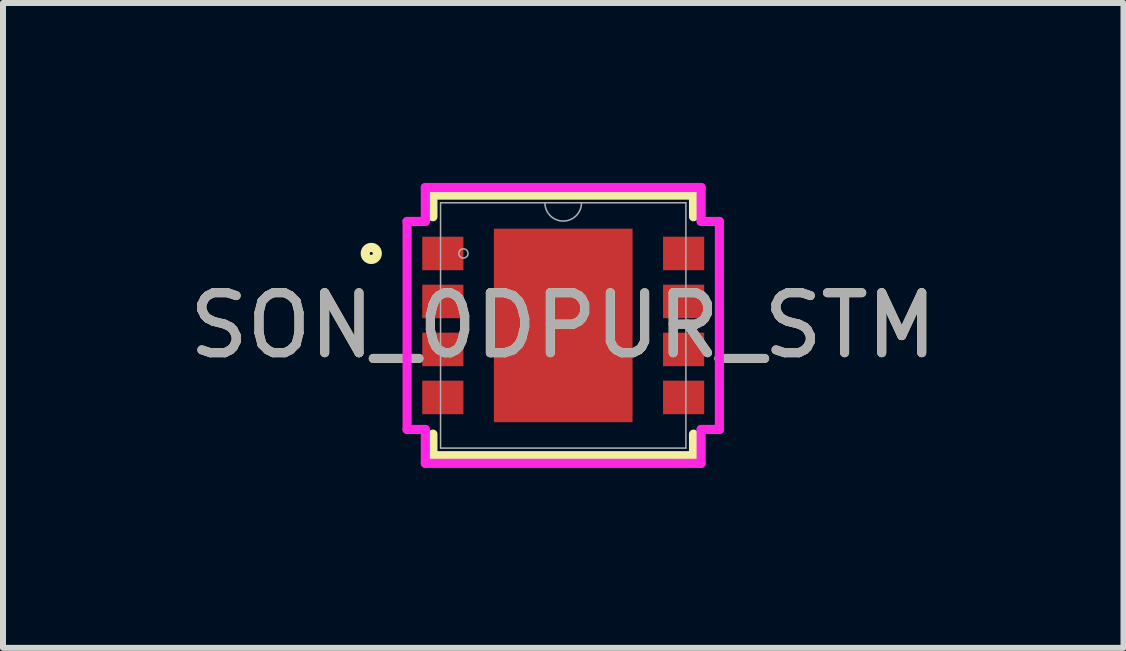
<source format=kicad_pcb>
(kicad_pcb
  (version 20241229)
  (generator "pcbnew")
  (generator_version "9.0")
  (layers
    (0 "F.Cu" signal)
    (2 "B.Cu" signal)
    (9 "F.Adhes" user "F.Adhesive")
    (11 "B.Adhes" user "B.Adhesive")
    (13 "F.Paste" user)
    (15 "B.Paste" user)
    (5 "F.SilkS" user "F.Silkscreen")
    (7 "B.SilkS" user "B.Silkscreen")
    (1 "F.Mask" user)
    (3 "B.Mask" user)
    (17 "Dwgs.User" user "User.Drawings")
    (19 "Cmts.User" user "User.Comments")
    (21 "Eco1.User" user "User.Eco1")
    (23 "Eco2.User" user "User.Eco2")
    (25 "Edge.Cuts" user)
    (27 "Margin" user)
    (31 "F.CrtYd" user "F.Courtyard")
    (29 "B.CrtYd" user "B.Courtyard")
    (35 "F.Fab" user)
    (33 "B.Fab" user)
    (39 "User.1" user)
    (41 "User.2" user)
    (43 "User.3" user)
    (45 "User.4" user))
  (footprint "SON_0DPUR_STM"
    (layer "F.Cu")
    (at 6.339 2.375)
    (property "Reference" "SON_0DPUR_STM" (at 0 0 0) (unlocked yes) (layer "F.SilkS") (effects (font (size 1 1) (thickness 0.15))))
    (attr smd)
    (fp_line (start -2.172 -2.172) (end -2.172 -1.812) (stroke (width 0.152) (type solid)) (layer "F.SilkS"))
    (fp_line (start -2.172 1.812) (end -2.172 2.172) (stroke (width 0.152) (type solid)) (layer "F.SilkS"))
    (fp_line (start -2.172 2.172) (end 2.172 2.172) (stroke (width 0.152) (type solid)) (layer "F.SilkS"))
    (fp_line (start 2.172 -2.172) (end -2.172 -2.172) (stroke (width 0.152) (type solid)) (layer "F.SilkS"))
    (fp_line (start 2.172 -1.812) (end 2.172 -2.172) (stroke (width 0.152) (type solid)) (layer "F.SilkS"))
    (fp_line (start 2.172 2.172) (end 2.172 1.812) (stroke (width 0.152) (type solid)) (layer "F.SilkS"))
    (fp_circle (center -3.2 -1.2) (end -3.099 -1.2) (stroke (width 0.152) (type solid)) (fill no) (layer "F.SilkS"))
    (fp_poly (pts (xy -1.056 -1.513) (xy -1.056 -0.1) (xy 1.056 -0.1) (xy 1.056 -1.513)) (stroke (width 0) (type solid)) (fill yes) (layer "F.Paste"))
    (fp_poly (pts (xy -1.056 0.1) (xy -1.056 1.513) (xy 1.056 1.513) (xy 1.056 0.1)) (stroke (width 0) (type solid)) (fill yes) (layer "F.Paste"))
    (fp_line (start -2.603 -1.734) (end -2.299 -1.734) (stroke (width 0.152) (type solid)) (layer "F.CrtYd"))
    (fp_line (start -2.603 1.734) (end -2.603 -1.734) (stroke (width 0.152) (type solid)) (layer "F.CrtYd"))
    (fp_line (start -2.603 1.734) (end -2.299 1.734) (stroke (width 0.152) (type solid)) (layer "F.CrtYd"))
    (fp_line (start -2.299 -2.299) (end 2.299 -2.299) (stroke (width 0.152) (type solid)) (layer "F.CrtYd"))
    (fp_line (start -2.299 -1.734) (end -2.299 -2.299) (stroke (width 0.152) (type solid)) (layer "F.CrtYd"))
    (fp_line (start -2.299 2.299) (end -2.299 1.734) (stroke (width 0.152) (type solid)) (layer "F.CrtYd"))
    (fp_line (start 2.299 -2.299) (end 2.299 -1.734) (stroke (width 0.152) (type solid)) (layer "F.CrtYd"))
    (fp_line (start 2.299 1.734) (end 2.299 2.299) (stroke (width 0.152) (type solid)) (layer "F.CrtYd"))
    (fp_line (start 2.299 2.299) (end -2.299 2.299) (stroke (width 0.152) (type solid)) (layer "F.CrtYd"))
    (fp_line (start 2.603 -1.734) (end 2.299 -1.734) (stroke (width 0.152) (type solid)) (layer "F.CrtYd"))
    (fp_line (start 2.603 -1.734) (end 2.603 1.734) (stroke (width 0.152) (type solid)) (layer "F.CrtYd"))
    (fp_line (start 2.603 1.734) (end 2.299 1.734) (stroke (width 0.152) (type solid)) (layer "F.CrtYd"))
    (fp_line (start -2.045 -2.045) (end -2.045 2.045) (stroke (width 0.025) (type solid)) (layer "F.Fab"))
    (fp_line (start -2.045 2.045) (end 2.045 2.045) (stroke (width 0.025) (type solid)) (layer "F.Fab"))
    (fp_line (start 2.045 -2.045) (end -2.045 -2.045) (stroke (width 0.025) (type solid)) (layer "F.Fab"))
    (fp_line (start 2.045 2.045) (end 2.045 -2.045) (stroke (width 0.025) (type solid)) (layer "F.Fab"))
    (fp_arc (start 0.3048 -2.0447) (mid 0 -1.7399) (end -0.3048 -2.0447) (stroke (width 0.0254) (type solid)) (layer "F.Fab"))
    (fp_circle (center -1.664 -1.2) (end -1.587 -1.2) (stroke (width 0.025) (type solid)) (fill no) (layer "F.Fab"))
    (fp_text user "${REFERENCE}" (at 0 0 0) (unlocked yes) (layer "F.Fab") (effects (font (size 1 1) (thickness 0.15))))
    (pad "1" smd rect (at -2.007 -1.2) (size 0.686 0.559) (layers "F.Cu" "F.Mask" "F.Paste"))
    (pad "2" smd rect (at -2.007 -0.4) (size 0.686 0.559) (layers "F.Cu" "F.Mask" "F.Paste"))
    (pad "3" smd rect (at -2.007 0.4) (size 0.686 0.559) (layers "F.Cu" "F.Mask" "F.Paste"))
    (pad "4" smd rect (at -2.007 1.2) (size 0.686 0.559) (layers "F.Cu" "F.Mask" "F.Paste"))
    (pad "5" smd rect (at 2.007 1.2) (size 0.686 0.559) (layers "F.Cu" "F.Mask" "F.Paste"))
    (pad "6" smd rect (at 2.007 0.4) (size 0.686 0.559) (layers "F.Cu" "F.Mask" "F.Paste"))
    (pad "7" smd rect (at 2.007 -0.4) (size 0.686 0.559) (layers "F.Cu" "F.Mask" "F.Paste"))
    (pad "8" smd rect (at 2.007 -1.2) (size 0.686 0.559) (layers "F.Cu" "F.Mask" "F.Paste"))
    (pad "9" smd rect (at 0 0) (size 2.311 3.226) (layers "F.Cu" "F.Mask" "F.Paste")))
  (gr_rect
    (start -3 -3)
    (end 15.679 7.75)
    (stroke (width 0.1) (type default))
    (fill no)
    (layer "Edge.Cuts")))
</source>
